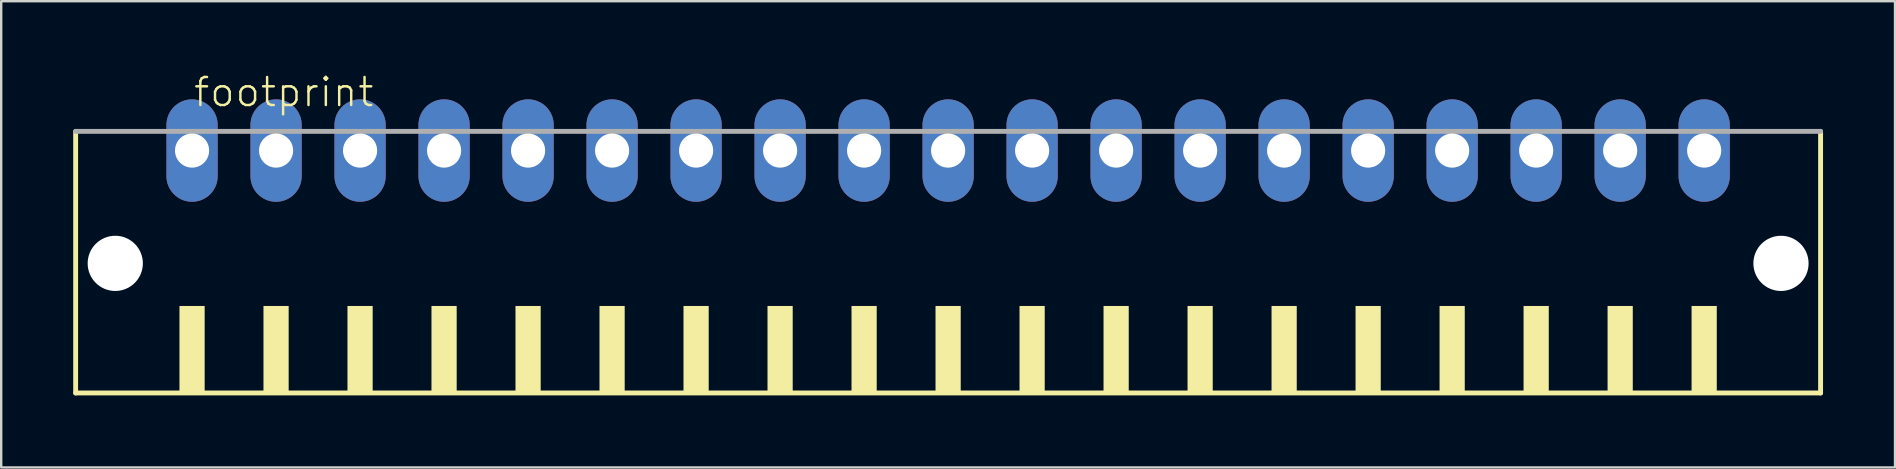
<source format=kicad_pcb>
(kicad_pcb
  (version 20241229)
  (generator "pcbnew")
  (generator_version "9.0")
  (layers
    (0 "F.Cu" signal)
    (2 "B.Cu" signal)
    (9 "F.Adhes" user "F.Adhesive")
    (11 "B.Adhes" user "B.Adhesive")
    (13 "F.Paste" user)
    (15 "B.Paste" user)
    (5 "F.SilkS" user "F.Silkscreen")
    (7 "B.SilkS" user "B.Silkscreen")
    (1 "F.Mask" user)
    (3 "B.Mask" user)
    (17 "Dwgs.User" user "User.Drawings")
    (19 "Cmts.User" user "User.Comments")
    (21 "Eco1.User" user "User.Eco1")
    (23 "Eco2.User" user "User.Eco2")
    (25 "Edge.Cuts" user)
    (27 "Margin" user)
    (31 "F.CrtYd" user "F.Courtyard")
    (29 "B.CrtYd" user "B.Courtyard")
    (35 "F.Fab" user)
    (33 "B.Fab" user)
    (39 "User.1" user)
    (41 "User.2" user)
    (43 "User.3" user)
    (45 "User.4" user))
  (footprint "footprint"
    (layer "F.Cu")
    (at 36.452 8.473)
    (property "Reference" "footprint" (at -31.5 -7 0) (layer "F.SilkS") (effects (font (size 1.168 1.168) (thickness 0.102)) (justify left bottom)))
    (fp_line (start -36.35 -6.05) (end -36.35 4.85) (stroke (width 0.203) (type solid)) (layer "F.SilkS"))
    (fp_line (start -36.35 4.85) (end 36.35 4.85) (stroke (width 0.203) (type solid)) (layer "F.SilkS"))
    (fp_line (start 36.35 4.85) (end 36.35 -6.05) (stroke (width 0.203) (type solid)) (layer "F.SilkS"))
    (fp_poly (pts (xy -32.025 4.9) (xy -30.975 4.9) (xy -30.975 1.225) (xy -32.025 1.225)) (stroke (width 0) (type solid)) (fill yes) (layer "F.SilkS"))
    (fp_poly (pts (xy -28.525 4.9) (xy -27.475 4.9) (xy -27.475 1.225) (xy -28.525 1.225)) (stroke (width 0) (type solid)) (fill yes) (layer "F.SilkS"))
    (fp_poly (pts (xy -25.025 4.9) (xy -23.975 4.9) (xy -23.975 1.225) (xy -25.025 1.225)) (stroke (width 0) (type solid)) (fill yes) (layer "F.SilkS"))
    (fp_poly (pts (xy -21.525 4.9) (xy -20.475 4.9) (xy -20.475 1.225) (xy -21.525 1.225)) (stroke (width 0) (type solid)) (fill yes) (layer "F.SilkS"))
    (fp_poly (pts (xy -18.025 4.9) (xy -16.975 4.9) (xy -16.975 1.225) (xy -18.025 1.225)) (stroke (width 0) (type solid)) (fill yes) (layer "F.SilkS"))
    (fp_poly (pts (xy -14.525 4.9) (xy -13.475 4.9) (xy -13.475 1.225) (xy -14.525 1.225)) (stroke (width 0) (type solid)) (fill yes) (layer "F.SilkS"))
    (fp_poly (pts (xy -11.025 4.9) (xy -9.975 4.9) (xy -9.975 1.225) (xy -11.025 1.225)) (stroke (width 0) (type solid)) (fill yes) (layer "F.SilkS"))
    (fp_poly (pts (xy -7.525 4.9) (xy -6.475 4.9) (xy -6.475 1.225) (xy -7.525 1.225)) (stroke (width 0) (type solid)) (fill yes) (layer "F.SilkS"))
    (fp_poly (pts (xy -4.025 4.9) (xy -2.975 4.9) (xy -2.975 1.225) (xy -4.025 1.225)) (stroke (width 0) (type solid)) (fill yes) (layer "F.SilkS"))
    (fp_poly (pts (xy -0.525 4.9) (xy 0.525 4.9) (xy 0.525 1.225) (xy -0.525 1.225)) (stroke (width 0) (type solid)) (fill yes) (layer "F.SilkS"))
    (fp_poly (pts (xy 2.975 4.9) (xy 4.025 4.9) (xy 4.025 1.225) (xy 2.975 1.225)) (stroke (width 0) (type solid)) (fill yes) (layer "F.SilkS"))
    (fp_poly (pts (xy 6.475 4.9) (xy 7.525 4.9) (xy 7.525 1.225) (xy 6.475 1.225)) (stroke (width 0) (type solid)) (fill yes) (layer "F.SilkS"))
    (fp_poly (pts (xy 9.975 4.9) (xy 11.025 4.9) (xy 11.025 1.225) (xy 9.975 1.225)) (stroke (width 0) (type solid)) (fill yes) (layer "F.SilkS"))
    (fp_poly (pts (xy 13.475 4.9) (xy 14.525 4.9) (xy 14.525 1.225) (xy 13.475 1.225)) (stroke (width 0) (type solid)) (fill yes) (layer "F.SilkS"))
    (fp_poly (pts (xy 16.975 4.9) (xy 18.025 4.9) (xy 18.025 1.225) (xy 16.975 1.225)) (stroke (width 0) (type solid)) (fill yes) (layer "F.SilkS"))
    (fp_poly (pts (xy 20.475 4.9) (xy 21.525 4.9) (xy 21.525 1.225) (xy 20.475 1.225)) (stroke (width 0) (type solid)) (fill yes) (layer "F.SilkS"))
    (fp_poly (pts (xy 23.975 4.9) (xy 25.025 4.9) (xy 25.025 1.225) (xy 23.975 1.225)) (stroke (width 0) (type solid)) (fill yes) (layer "F.SilkS"))
    (fp_poly (pts (xy 27.475 4.9) (xy 28.525 4.9) (xy 28.525 1.225) (xy 27.475 1.225)) (stroke (width 0) (type solid)) (fill yes) (layer "F.SilkS"))
    (fp_poly (pts (xy 30.975 4.9) (xy 32.025 4.9) (xy 32.025 1.225) (xy 30.975 1.225)) (stroke (width 0) (type solid)) (fill yes) (layer "F.SilkS"))
    (fp_line (start 36.35 -6.05) (end -36.35 -6.05) (stroke (width 0.203) (type solid)) (layer "F.Fab"))
    (pad "" np_thru_hole circle (at -34.7 -0.55) (size 2.3 2.3) (drill 2.3) (layers "*.Cu" "*.Mask"))
    (pad "" np_thru_hole circle (at 34.7 -0.55) (size 2.3 2.3) (drill 2.3) (layers "*.Cu" "*.Mask"))
    (pad "1" thru_hole oval (at -31.5 -5.25 90) (size 4.267 2.134) (drill 1.422) (layers "*.Cu" "*.Mask"))
    (pad "2" thru_hole oval (at -28 -5.25 90) (size 4.267 2.134) (drill 1.422) (layers "*.Cu" "*.Mask"))
    (pad "3" thru_hole oval (at -24.5 -5.25 90) (size 4.267 2.134) (drill 1.422) (layers "*.Cu" "*.Mask"))
    (pad "4" thru_hole oval (at -21 -5.25 90) (size 4.267 2.134) (drill 1.422) (layers "*.Cu" "*.Mask"))
    (pad "5" thru_hole oval (at -17.5 -5.25 90) (size 4.267 2.134) (drill 1.422) (layers "*.Cu" "*.Mask"))
    (pad "6" thru_hole oval (at -14 -5.25 90) (size 4.267 2.134) (drill 1.422) (layers "*.Cu" "*.Mask"))
    (pad "7" thru_hole oval (at -10.5 -5.25 90) (size 4.267 2.134) (drill 1.422) (layers "*.Cu" "*.Mask"))
    (pad "8" thru_hole oval (at -7 -5.25 90) (size 4.267 2.134) (drill 1.422) (layers "*.Cu" "*.Mask"))
    (pad "9" thru_hole oval (at -3.5 -5.25 90) (size 4.267 2.134) (drill 1.422) (layers "*.Cu" "*.Mask"))
    (pad "10" thru_hole oval (at 0 -5.25 90) (size 4.267 2.134) (drill 1.422) (layers "*.Cu" "*.Mask"))
    (pad "11" thru_hole oval (at 3.5 -5.25 90) (size 4.267 2.134) (drill 1.422) (layers "*.Cu" "*.Mask"))
    (pad "12" thru_hole oval (at 7 -5.25 90) (size 4.267 2.134) (drill 1.422) (layers "*.Cu" "*.Mask"))
    (pad "13" thru_hole oval (at 10.5 -5.25 90) (size 4.267 2.134) (drill 1.422) (layers "*.Cu" "*.Mask"))
    (pad "14" thru_hole oval (at 14 -5.25 90) (size 4.267 2.134) (drill 1.422) (layers "*.Cu" "*.Mask"))
    (pad "15" thru_hole oval (at 17.5 -5.25 90) (size 4.267 2.134) (drill 1.422) (layers "*.Cu" "*.Mask"))
    (pad "16" thru_hole oval (at 21 -5.25 90) (size 4.267 2.134) (drill 1.422) (layers "*.Cu" "*.Mask"))
    (pad "17" thru_hole oval (at 24.5 -5.25 90) (size 4.267 2.134) (drill 1.422) (layers "*.Cu" "*.Mask"))
    (pad "18" thru_hole oval (at 28 -5.25 90) (size 4.267 2.134) (drill 1.422) (layers "*.Cu" "*.Mask"))
    (pad "19" thru_hole oval (at 31.5 -5.25 90) (size 4.267 2.134) (drill 1.422) (layers "*.Cu" "*.Mask")))
  (gr_rect
    (start -3 -3)
    (end 75.903 16.425)
    (stroke (width 0.1) (type default))
    (fill no)
    (layer "Edge.Cuts")))
</source>
